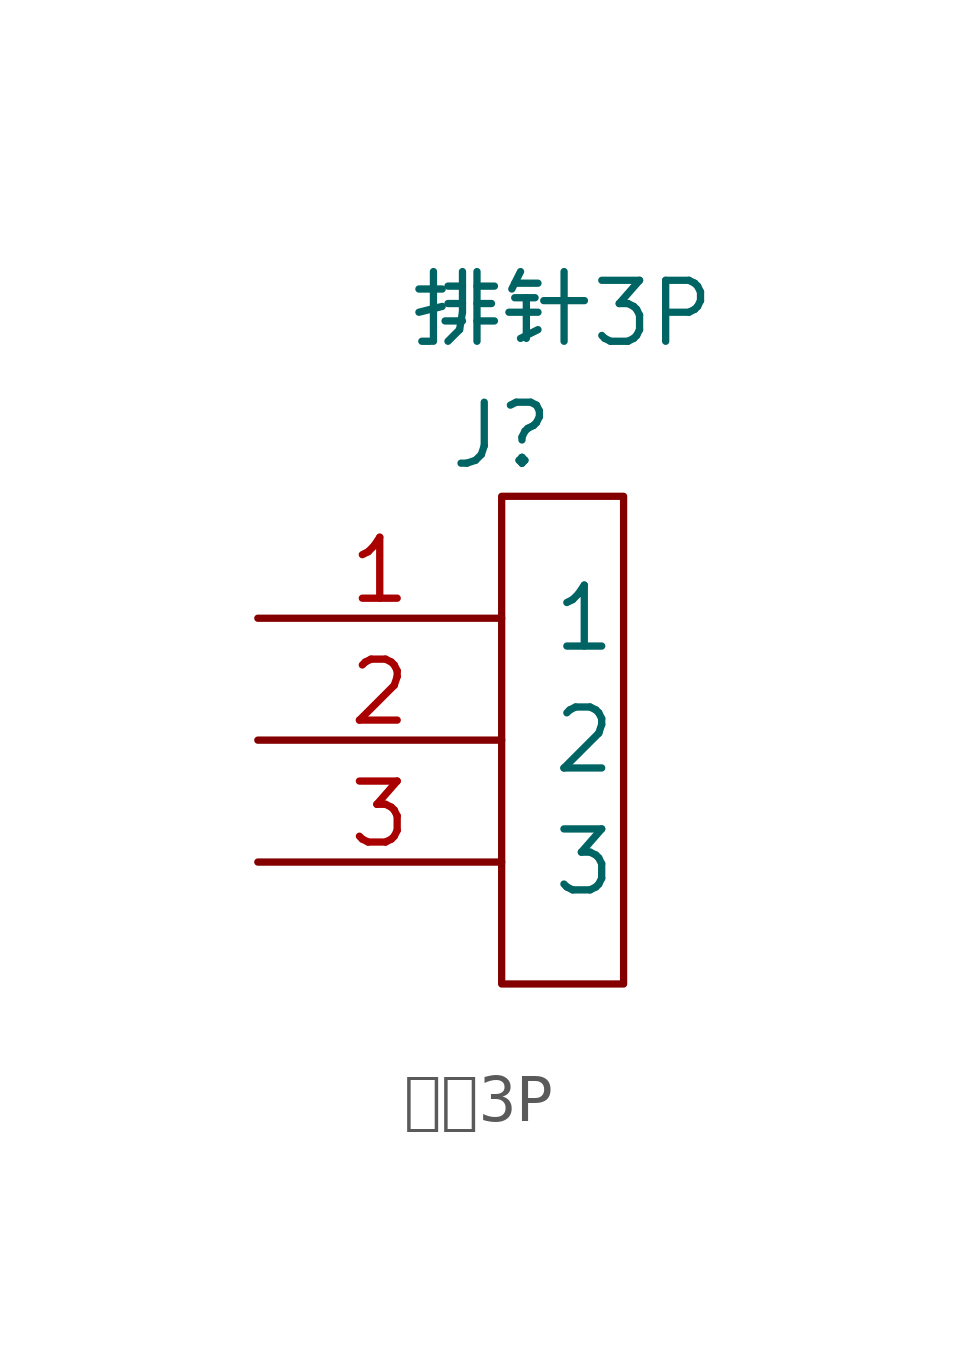
<source format=kicad_sym>
(kicad_symbol_lib
  (version 20211014)
  (generator kicad_symbol_editor)
  (symbol "排针3P"
    (pin_names
      (offset 1.016))
    (property "Reference" "J"
      (at -1.27 6.35 0)
      (effects (font (size 1.27 1.27))))
    (property "Value" "排针3P"
      (at 0 8.89 0)
      (effects (font (size 1.27 1.27))))
    (symbol "排针3P_1_1"
      (rectangle (start -1.27 5.08) (end 1.27 -5.08) (stroke (width 0.152) (type default) (color 0 0 0 0)) (fill (type none)))
      (pin input line (at -6.35 2.54 0) (length 5.08) (name "1" (effects (font (size 1.27 1.27)))) (number "1" (effects (font (size 1.27 1.27)))))
      (pin input line (at -6.35 0 0) (length 5.08) (name "2" (effects (font (size 1.27 1.27)))) (number "2" (effects (font (size 1.27 1.27)))))
      (pin input line (at -6.35 -2.54 0) (length 5.08) (name "3" (effects (font (size 1.27 1.27)))) (number "3" (effects (font (size 1.27 1.27))))))))
</source>
